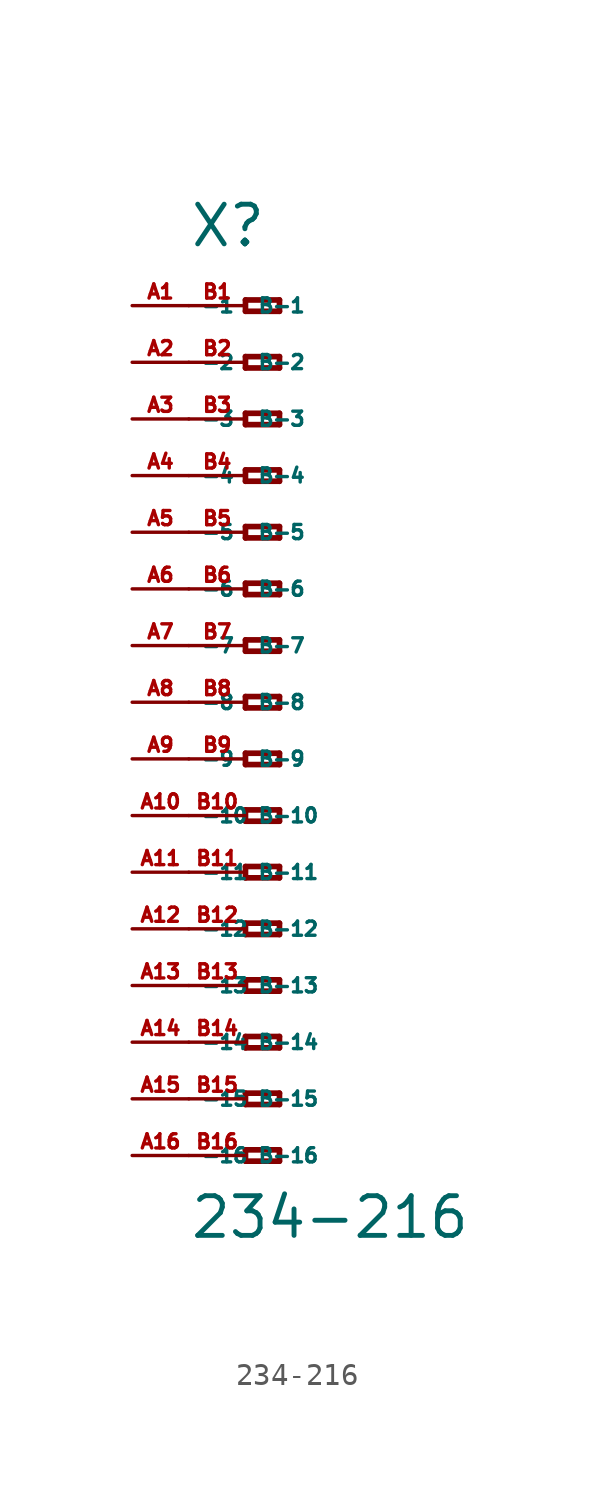
<source format=kicad_sym>
(kicad_symbol_lib
  (version 20220914)
  (generator Eagle2Kicad)
  (symbol "234-216"
    (property "Reference" "X"
      (at -5.08 20.32 0)
      (effects (font (size 1.778 1.778) (thickness 0.22)) (justify left bottom)))
    (property "Value" "234-216"
      (at -5.08 -24.13 0)
      (effects (font (size 1.778 1.778) (thickness 0.22)) (justify left bottom)))
    (polyline
      (pts (xy -2.54 18.034) (xy -2.54 17.526))
      (stroke (width 0.254) (type default))
      (fill (type none)))
    (polyline
      (pts (xy -2.54 17.526) (xy -1.016 17.526))
      (stroke (width 0.254) (type default))
      (fill (type none)))
    (polyline
      (pts (xy -1.016 17.526) (xy -1.016 18.034))
      (stroke (width 0.254) (type default))
      (fill (type none)))
    (polyline
      (pts (xy -1.016 18.034) (xy -2.54 18.034))
      (stroke (width 0.254) (type default))
      (fill (type none)))
    (polyline
      (pts (xy -2.54 15.494) (xy -2.54 14.986))
      (stroke (width 0.254) (type default))
      (fill (type none)))
    (polyline
      (pts (xy -2.54 14.986) (xy -1.016 14.986))
      (stroke (width 0.254) (type default))
      (fill (type none)))
    (polyline
      (pts (xy -1.016 14.986) (xy -1.016 15.494))
      (stroke (width 0.254) (type default))
      (fill (type none)))
    (polyline
      (pts (xy -1.016 15.494) (xy -2.54 15.494))
      (stroke (width 0.254) (type default))
      (fill (type none)))
    (polyline
      (pts (xy -2.54 12.954) (xy -2.54 12.446))
      (stroke (width 0.254) (type default))
      (fill (type none)))
    (polyline
      (pts (xy -2.54 12.446) (xy -1.016 12.446))
      (stroke (width 0.254) (type default))
      (fill (type none)))
    (polyline
      (pts (xy -1.016 12.446) (xy -1.016 12.954))
      (stroke (width 0.254) (type default))
      (fill (type none)))
    (polyline
      (pts (xy -1.016 12.954) (xy -2.54 12.954))
      (stroke (width 0.254) (type default))
      (fill (type none)))
    (polyline
      (pts (xy -2.54 10.414) (xy -2.54 9.906))
      (stroke (width 0.254) (type default))
      (fill (type none)))
    (polyline
      (pts (xy -2.54 9.906) (xy -1.016 9.906))
      (stroke (width 0.254) (type default))
      (fill (type none)))
    (polyline
      (pts (xy -1.016 9.906) (xy -1.016 10.414))
      (stroke (width 0.254) (type default))
      (fill (type none)))
    (polyline
      (pts (xy -1.016 10.414) (xy -2.54 10.414))
      (stroke (width 0.254) (type default))
      (fill (type none)))
    (polyline
      (pts (xy -2.54 7.874) (xy -2.54 7.366))
      (stroke (width 0.254) (type default))
      (fill (type none)))
    (polyline
      (pts (xy -2.54 7.366) (xy -1.016 7.366))
      (stroke (width 0.254) (type default))
      (fill (type none)))
    (polyline
      (pts (xy -1.016 7.366) (xy -1.016 7.874))
      (stroke (width 0.254) (type default))
      (fill (type none)))
    (polyline
      (pts (xy -1.016 7.874) (xy -2.54 7.874))
      (stroke (width 0.254) (type default))
      (fill (type none)))
    (polyline
      (pts (xy -2.54 5.334) (xy -2.54 4.826))
      (stroke (width 0.254) (type default))
      (fill (type none)))
    (polyline
      (pts (xy -2.54 4.826) (xy -1.016 4.826))
      (stroke (width 0.254) (type default))
      (fill (type none)))
    (polyline
      (pts (xy -1.016 4.826) (xy -1.016 5.334))
      (stroke (width 0.254) (type default))
      (fill (type none)))
    (polyline
      (pts (xy -1.016 5.334) (xy -2.54 5.334))
      (stroke (width 0.254) (type default))
      (fill (type none)))
    (polyline
      (pts (xy -2.54 2.794) (xy -2.54 2.286))
      (stroke (width 0.254) (type default))
      (fill (type none)))
    (polyline
      (pts (xy -2.54 2.286) (xy -1.016 2.286))
      (stroke (width 0.254) (type default))
      (fill (type none)))
    (polyline
      (pts (xy -1.016 2.286) (xy -1.016 2.794))
      (stroke (width 0.254) (type default))
      (fill (type none)))
    (polyline
      (pts (xy -1.016 2.794) (xy -2.54 2.794))
      (stroke (width 0.254) (type default))
      (fill (type none)))
    (polyline
      (pts (xy -2.54 0.254) (xy -2.54 -0.254))
      (stroke (width 0.254) (type default))
      (fill (type none)))
    (polyline
      (pts (xy -2.54 -0.254) (xy -1.016 -0.254))
      (stroke (width 0.254) (type default))
      (fill (type none)))
    (polyline
      (pts (xy -1.016 -0.254) (xy -1.016 0.254))
      (stroke (width 0.254) (type default))
      (fill (type none)))
    (polyline
      (pts (xy -1.016 0.254) (xy -2.54 0.254))
      (stroke (width 0.254) (type default))
      (fill (type none)))
    (polyline
      (pts (xy -2.54 -2.286) (xy -2.54 -2.794))
      (stroke (width 0.254) (type default))
      (fill (type none)))
    (polyline
      (pts (xy -2.54 -2.794) (xy -1.016 -2.794))
      (stroke (width 0.254) (type default))
      (fill (type none)))
    (polyline
      (pts (xy -1.016 -2.794) (xy -1.016 -2.286))
      (stroke (width 0.254) (type default))
      (fill (type none)))
    (polyline
      (pts (xy -1.016 -2.286) (xy -2.54 -2.286))
      (stroke (width 0.254) (type default))
      (fill (type none)))
    (polyline
      (pts (xy -2.54 -4.826) (xy -2.54 -5.334))
      (stroke (width 0.254) (type default))
      (fill (type none)))
    (polyline
      (pts (xy -2.54 -5.334) (xy -1.016 -5.334))
      (stroke (width 0.254) (type default))
      (fill (type none)))
    (polyline
      (pts (xy -1.016 -5.334) (xy -1.016 -4.826))
      (stroke (width 0.254) (type default))
      (fill (type none)))
    (polyline
      (pts (xy -1.016 -4.826) (xy -2.54 -4.826))
      (stroke (width 0.254) (type default))
      (fill (type none)))
    (polyline
      (pts (xy -2.54 -7.366) (xy -2.54 -7.874))
      (stroke (width 0.254) (type default))
      (fill (type none)))
    (polyline
      (pts (xy -2.54 -7.874) (xy -1.016 -7.874))
      (stroke (width 0.254) (type default))
      (fill (type none)))
    (polyline
      (pts (xy -1.016 -7.874) (xy -1.016 -7.366))
      (stroke (width 0.254) (type default))
      (fill (type none)))
    (polyline
      (pts (xy -1.016 -7.366) (xy -2.54 -7.366))
      (stroke (width 0.254) (type default))
      (fill (type none)))
    (polyline
      (pts (xy -2.54 -9.906) (xy -2.54 -10.414))
      (stroke (width 0.254) (type default))
      (fill (type none)))
    (polyline
      (pts (xy -2.54 -10.414) (xy -1.016 -10.414))
      (stroke (width 0.254) (type default))
      (fill (type none)))
    (polyline
      (pts (xy -1.016 -10.414) (xy -1.016 -9.906))
      (stroke (width 0.254) (type default))
      (fill (type none)))
    (polyline
      (pts (xy -1.016 -9.906) (xy -2.54 -9.906))
      (stroke (width 0.254) (type default))
      (fill (type none)))
    (polyline
      (pts (xy -2.54 -12.446) (xy -2.54 -12.954))
      (stroke (width 0.254) (type default))
      (fill (type none)))
    (polyline
      (pts (xy -2.54 -12.954) (xy -1.016 -12.954))
      (stroke (width 0.254) (type default))
      (fill (type none)))
    (polyline
      (pts (xy -1.016 -12.954) (xy -1.016 -12.446))
      (stroke (width 0.254) (type default))
      (fill (type none)))
    (polyline
      (pts (xy -1.016 -12.446) (xy -2.54 -12.446))
      (stroke (width 0.254) (type default))
      (fill (type none)))
    (polyline
      (pts (xy -2.54 -14.986) (xy -2.54 -15.494))
      (stroke (width 0.254) (type default))
      (fill (type none)))
    (polyline
      (pts (xy -2.54 -15.494) (xy -1.016 -15.494))
      (stroke (width 0.254) (type default))
      (fill (type none)))
    (polyline
      (pts (xy -1.016 -15.494) (xy -1.016 -14.986))
      (stroke (width 0.254) (type default))
      (fill (type none)))
    (polyline
      (pts (xy -1.016 -14.986) (xy -2.54 -14.986))
      (stroke (width 0.254) (type default))
      (fill (type none)))
    (polyline
      (pts (xy -2.54 -17.526) (xy -2.54 -18.034))
      (stroke (width 0.254) (type default))
      (fill (type none)))
    (polyline
      (pts (xy -2.54 -18.034) (xy -1.016 -18.034))
      (stroke (width 0.254) (type default))
      (fill (type none)))
    (polyline
      (pts (xy -1.016 -18.034) (xy -1.016 -17.526))
      (stroke (width 0.254) (type default))
      (fill (type none)))
    (polyline
      (pts (xy -1.016 -17.526) (xy -2.54 -17.526))
      (stroke (width 0.254) (type default))
      (fill (type none)))
    (polyline
      (pts (xy -2.54 -20.066) (xy -2.54 -20.574))
      (stroke (width 0.254) (type default))
      (fill (type none)))
    (polyline
      (pts (xy -2.54 -20.574) (xy -1.016 -20.574))
      (stroke (width 0.254) (type default))
      (fill (type none)))
    (polyline
      (pts (xy -1.016 -20.574) (xy -1.016 -20.066))
      (stroke (width 0.254) (type default))
      (fill (type none)))
    (polyline
      (pts (xy -1.016 -20.066) (xy -2.54 -20.066))
      (stroke (width 0.254) (type default))
      (fill (type none)))
    (pin passive line
      (at -7.62 17.78 0)
      (length 2.54)
      (name "-1" (effects (font (size 0.635 0.635) (thickness 0.08)) (justify left bottom)))
      (number "A1" (effects (font (size 0.635 0.635) (thickness 0.08)) (justify left bottom))))
    (pin passive line
      (at -7.62 15.24 0)
      (length 2.54)
      (name "-2" (effects (font (size 0.635 0.635) (thickness 0.08)) (justify left bottom)))
      (number "A2" (effects (font (size 0.635 0.635) (thickness 0.08)) (justify left bottom))))
    (pin passive line
      (at -7.62 12.7 0)
      (length 2.54)
      (name "-3" (effects (font (size 0.635 0.635) (thickness 0.08)) (justify left bottom)))
      (number "A3" (effects (font (size 0.635 0.635) (thickness 0.08)) (justify left bottom))))
    (pin passive line
      (at -7.62 10.16 0)
      (length 2.54)
      (name "-4" (effects (font (size 0.635 0.635) (thickness 0.08)) (justify left bottom)))
      (number "A4" (effects (font (size 0.635 0.635) (thickness 0.08)) (justify left bottom))))
    (pin passive line
      (at -7.62 7.62 0)
      (length 2.54)
      (name "-5" (effects (font (size 0.635 0.635) (thickness 0.08)) (justify left bottom)))
      (number "A5" (effects (font (size 0.635 0.635) (thickness 0.08)) (justify left bottom))))
    (pin passive line
      (at -7.62 5.08 0)
      (length 2.54)
      (name "-6" (effects (font (size 0.635 0.635) (thickness 0.08)) (justify left bottom)))
      (number "A6" (effects (font (size 0.635 0.635) (thickness 0.08)) (justify left bottom))))
    (pin passive line
      (at -7.62 2.54 0)
      (length 2.54)
      (name "-7" (effects (font (size 0.635 0.635) (thickness 0.08)) (justify left bottom)))
      (number "A7" (effects (font (size 0.635 0.635) (thickness 0.08)) (justify left bottom))))
    (pin passive line
      (at -7.62 0 0)
      (length 2.54)
      (name "-8" (effects (font (size 0.635 0.635) (thickness 0.08)) (justify left bottom)))
      (number "A8" (effects (font (size 0.635 0.635) (thickness 0.08)) (justify left bottom))))
    (pin passive line
      (at -7.62 -2.54 0)
      (length 2.54)
      (name "-9" (effects (font (size 0.635 0.635) (thickness 0.08)) (justify left bottom)))
      (number "A9" (effects (font (size 0.635 0.635) (thickness 0.08)) (justify left bottom))))
    (pin passive line
      (at -7.62 -5.08 0)
      (length 2.54)
      (name "-10" (effects (font (size 0.635 0.635) (thickness 0.08)) (justify left bottom)))
      (number "A10" (effects (font (size 0.635 0.635) (thickness 0.08)) (justify left bottom))))
    (pin passive line
      (at -7.62 -7.62 0)
      (length 2.54)
      (name "-11" (effects (font (size 0.635 0.635) (thickness 0.08)) (justify left bottom)))
      (number "A11" (effects (font (size 0.635 0.635) (thickness 0.08)) (justify left bottom))))
    (pin passive line
      (at -7.62 -10.16 0)
      (length 2.54)
      (name "-12" (effects (font (size 0.635 0.635) (thickness 0.08)) (justify left bottom)))
      (number "A12" (effects (font (size 0.635 0.635) (thickness 0.08)) (justify left bottom))))
    (pin passive line
      (at -7.62 -12.7 0)
      (length 2.54)
      (name "-13" (effects (font (size 0.635 0.635) (thickness 0.08)) (justify left bottom)))
      (number "A13" (effects (font (size 0.635 0.635) (thickness 0.08)) (justify left bottom))))
    (pin passive line
      (at -7.62 -15.24 0)
      (length 2.54)
      (name "-14" (effects (font (size 0.635 0.635) (thickness 0.08)) (justify left bottom)))
      (number "A14" (effects (font (size 0.635 0.635) (thickness 0.08)) (justify left bottom))))
    (pin passive line
      (at -7.62 -17.78 0)
      (length 2.54)
      (name "-15" (effects (font (size 0.635 0.635) (thickness 0.08)) (justify left bottom)))
      (number "A15" (effects (font (size 0.635 0.635) (thickness 0.08)) (justify left bottom))))
    (pin passive line
      (at -7.62 -20.32 0)
      (length 2.54)
      (name "-16" (effects (font (size 0.635 0.635) (thickness 0.08)) (justify left bottom)))
      (number "A16" (effects (font (size 0.635 0.635) (thickness 0.08)) (justify left bottom))))
    (pin passive line
      (at -5.08 -20.32 0)
      (length 2.54)
      (name "B-16" (effects (font (size 0.635 0.635) (thickness 0.08)) (justify left bottom)))
      (number "B16" (effects (font (size 0.635 0.635) (thickness 0.08)) (justify left bottom))))
    (pin passive line
      (at -5.08 17.78 0)
      (length 2.54)
      (name "B-1" (effects (font (size 0.635 0.635) (thickness 0.08)) (justify left bottom)))
      (number "B1" (effects (font (size 0.635 0.635) (thickness 0.08)) (justify left bottom))))
    (pin passive line
      (at -5.08 15.24 0)
      (length 2.54)
      (name "B-2" (effects (font (size 0.635 0.635) (thickness 0.08)) (justify left bottom)))
      (number "B2" (effects (font (size 0.635 0.635) (thickness 0.08)) (justify left bottom))))
    (pin passive line
      (at -5.08 12.7 0)
      (length 2.54)
      (name "B-3" (effects (font (size 0.635 0.635) (thickness 0.08)) (justify left bottom)))
      (number "B3" (effects (font (size 0.635 0.635) (thickness 0.08)) (justify left bottom))))
    (pin passive line
      (at -5.08 10.16 0)
      (length 2.54)
      (name "B-4" (effects (font (size 0.635 0.635) (thickness 0.08)) (justify left bottom)))
      (number "B4" (effects (font (size 0.635 0.635) (thickness 0.08)) (justify left bottom))))
    (pin passive line
      (at -5.08 7.62 0)
      (length 2.54)
      (name "B-5" (effects (font (size 0.635 0.635) (thickness 0.08)) (justify left bottom)))
      (number "B5" (effects (font (size 0.635 0.635) (thickness 0.08)) (justify left bottom))))
    (pin passive line
      (at -5.08 5.08 0)
      (length 2.54)
      (name "B-6" (effects (font (size 0.635 0.635) (thickness 0.08)) (justify left bottom)))
      (number "B6" (effects (font (size 0.635 0.635) (thickness 0.08)) (justify left bottom))))
    (pin passive line
      (at -5.08 2.54 0)
      (length 2.54)
      (name "B-7" (effects (font (size 0.635 0.635) (thickness 0.08)) (justify left bottom)))
      (number "B7" (effects (font (size 0.635 0.635) (thickness 0.08)) (justify left bottom))))
    (pin passive line
      (at -5.08 0 0)
      (length 2.54)
      (name "B-8" (effects (font (size 0.635 0.635) (thickness 0.08)) (justify left bottom)))
      (number "B8" (effects (font (size 0.635 0.635) (thickness 0.08)) (justify left bottom))))
    (pin passive line
      (at -5.08 -2.54 0)
      (length 2.54)
      (name "B-9" (effects (font (size 0.635 0.635) (thickness 0.08)) (justify left bottom)))
      (number "B9" (effects (font (size 0.635 0.635) (thickness 0.08)) (justify left bottom))))
    (pin passive line
      (at -5.08 -5.08 0)
      (length 2.54)
      (name "B-10" (effects (font (size 0.635 0.635) (thickness 0.08)) (justify left bottom)))
      (number "B10" (effects (font (size 0.635 0.635) (thickness 0.08)) (justify left bottom))))
    (pin passive line
      (at -5.08 -7.62 0)
      (length 2.54)
      (name "B-11" (effects (font (size 0.635 0.635) (thickness 0.08)) (justify left bottom)))
      (number "B11" (effects (font (size 0.635 0.635) (thickness 0.08)) (justify left bottom))))
    (pin passive line
      (at -5.08 -10.16 0)
      (length 2.54)
      (name "B-12" (effects (font (size 0.635 0.635) (thickness 0.08)) (justify left bottom)))
      (number "B12" (effects (font (size 0.635 0.635) (thickness 0.08)) (justify left bottom))))
    (pin passive line
      (at -5.08 -12.7 0)
      (length 2.54)
      (name "B-13" (effects (font (size 0.635 0.635) (thickness 0.08)) (justify left bottom)))
      (number "B13" (effects (font (size 0.635 0.635) (thickness 0.08)) (justify left bottom))))
    (pin passive line
      (at -5.08 -15.24 0)
      (length 2.54)
      (name "B-14" (effects (font (size 0.635 0.635) (thickness 0.08)) (justify left bottom)))
      (number "B14" (effects (font (size 0.635 0.635) (thickness 0.08)) (justify left bottom))))
    (pin passive line
      (at -5.08 -17.78 0)
      (length 2.54)
      (name "B-15" (effects (font (size 0.635 0.635) (thickness 0.08)) (justify left bottom)))
      (number "B15" (effects (font (size 0.635 0.635) (thickness 0.08)) (justify left bottom))))))
</source>
